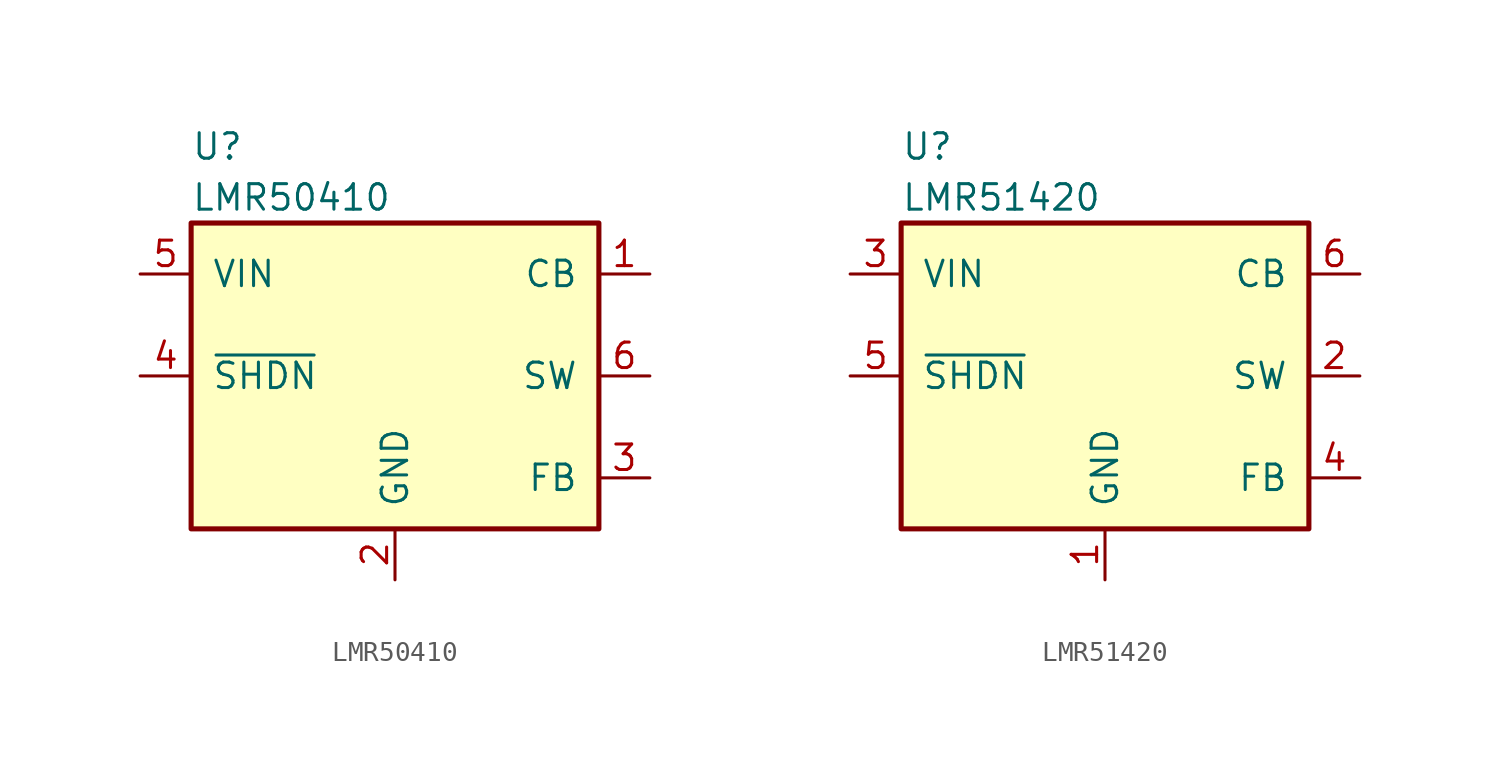
<source format=kicad_sym>
(kicad_symbol_lib
  (version 20231120)
  (generator "kicad_symbol_editor")
  (generator_version "8.0")
  (symbol "LMR50410"
    (pin_names
      (offset 1.016))
    (property "Reference" "U"
      (at -10.16 11.43 0)
      (effects (font (size 1.27 1.27)) (justify left)))
    (property "Value" "LMR50410"
      (at -10.16 8.89 0)
      (effects (font (size 1.27 1.27)) (justify left)))
    (symbol "LMR50410_0_1"
      (rectangle (start -10.16 7.62) (end 10.16 -7.62) (stroke (width 0.254) (type default)) (fill (type background))))
    (symbol "LMR50410_1_1"
      (pin input line (at 12.7 5.08 180) (length 2.54) (name "CB" (effects (font (size 1.27 1.27)))) (number "1" (effects (font (size 1.27 1.27)))))
      (pin power_in line (at 0 -10.16 90) (length 2.54) (name "GND" (effects (font (size 1.27 1.27)))) (number "2" (effects (font (size 1.27 1.27)))))
      (pin input line (at 12.7 -5.08 180) (length 2.54) (name "FB" (effects (font (size 1.27 1.27)))) (number "3" (effects (font (size 1.27 1.27)))))
      (pin input line (at -12.7 0 0) (length 2.54) (name "~{SHDN}" (effects (font (size 1.27 1.27)))) (number "4" (effects (font (size 1.27 1.27)))))
      (pin power_in line (at -12.7 5.08 0) (length 2.54) (name "VIN" (effects (font (size 1.27 1.27)))) (number "5" (effects (font (size 1.27 1.27)))))
      (pin output line (at 12.7 0 180) (length 2.54) (name "SW" (effects (font (size 1.27 1.27)))) (number "6" (effects (font (size 1.27 1.27)))))))
  (symbol "LMR51420"
    (pin_names
      (offset 1.016))
    (property "Reference" "U"
      (at -10.16 11.43 0)
      (effects (font (size 1.27 1.27)) (justify left)))
    (property "Value" "LMR51420"
      (at -10.16 8.89 0)
      (effects (font (size 1.27 1.27)) (justify left)))
    (symbol "LMR51420_0_1"
      (rectangle (start -10.16 7.62) (end 10.16 -7.62) (stroke (width 0.254) (type default)) (fill (type background))))
    (symbol "LMR51420_1_1"
      (pin power_in line (at 0 -10.16 90) (length 2.54) (name "GND" (effects (font (size 1.27 1.27)))) (number "1" (effects (font (size 1.27 1.27)))))
      (pin output line (at 12.7 0 180) (length 2.54) (name "SW" (effects (font (size 1.27 1.27)))) (number "2" (effects (font (size 1.27 1.27)))))
      (pin power_in line (at -12.7 5.08 0) (length 2.54) (name "VIN" (effects (font (size 1.27 1.27)))) (number "3" (effects (font (size 1.27 1.27)))))
      (pin input line (at 12.7 -5.08 180) (length 2.54) (name "FB" (effects (font (size 1.27 1.27)))) (number "4" (effects (font (size 1.27 1.27)))))
      (pin input line (at -12.7 0 0) (length 2.54) (name "~{SHDN}" (effects (font (size 1.27 1.27)))) (number "5" (effects (font (size 1.27 1.27)))))
      (pin input line (at 12.7 5.08 180) (length 2.54) (name "CB" (effects (font (size 1.27 1.27)))) (number "6" (effects (font (size 1.27 1.27))))))))
</source>
